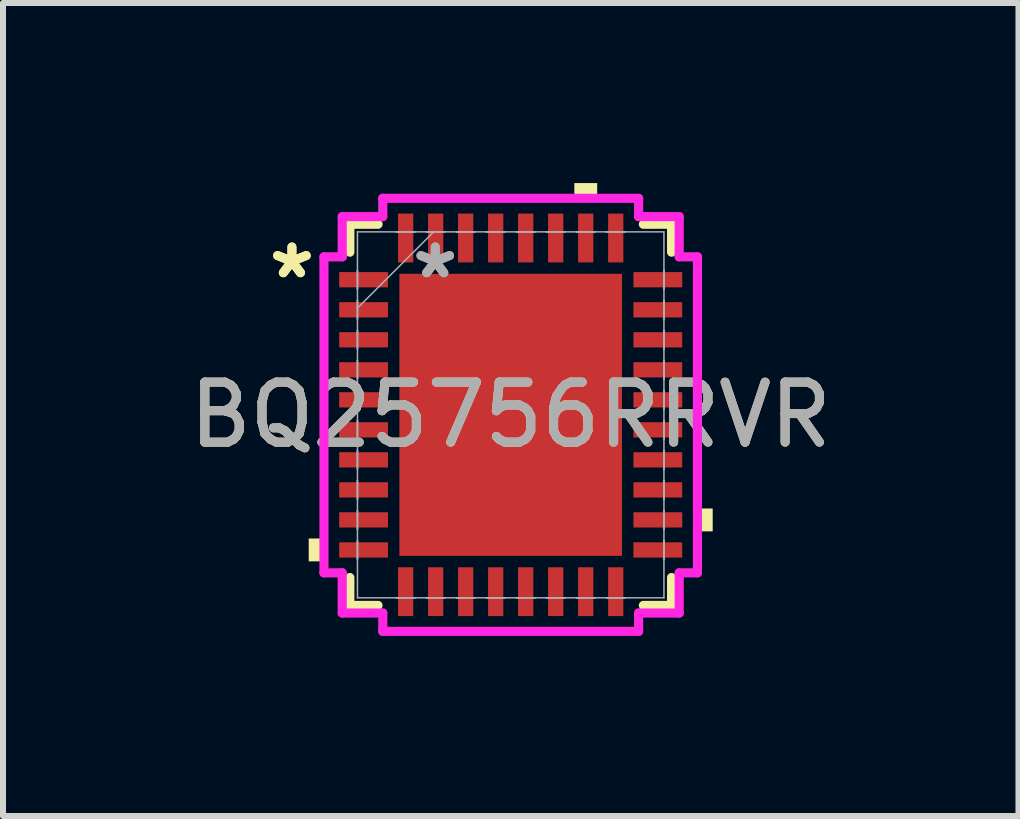
<source format=kicad_pcb>
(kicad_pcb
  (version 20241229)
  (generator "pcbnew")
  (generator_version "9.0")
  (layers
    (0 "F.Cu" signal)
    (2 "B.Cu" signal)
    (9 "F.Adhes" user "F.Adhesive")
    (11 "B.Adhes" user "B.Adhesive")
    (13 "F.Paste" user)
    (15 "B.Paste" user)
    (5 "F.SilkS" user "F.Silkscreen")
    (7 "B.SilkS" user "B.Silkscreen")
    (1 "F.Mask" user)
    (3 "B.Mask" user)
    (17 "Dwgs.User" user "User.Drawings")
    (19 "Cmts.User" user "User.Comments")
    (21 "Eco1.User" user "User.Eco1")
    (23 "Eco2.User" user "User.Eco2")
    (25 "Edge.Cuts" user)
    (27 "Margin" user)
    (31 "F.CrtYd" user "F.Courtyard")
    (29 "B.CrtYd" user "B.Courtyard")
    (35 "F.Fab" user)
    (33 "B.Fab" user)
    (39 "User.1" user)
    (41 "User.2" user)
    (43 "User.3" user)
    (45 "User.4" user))
  (footprint "BQ25756RRVR"
    (layer "F.Cu")
    (at 5.458 3.861)
    (property "Reference" "BQ25756RRVR" (at 0 0 0) (unlocked yes) (layer "F.SilkS") (effects (font (size 1 1) (thickness 0.15))))
    (attr smd)
    (fp_line (start -2.68 -3.175) (end -2.68 -2.71) (stroke (width 0.152) (type solid)) (layer "F.SilkS"))
    (fp_line (start -2.68 2.71) (end -2.68 3.175) (stroke (width 0.152) (type solid)) (layer "F.SilkS"))
    (fp_line (start -2.68 3.175) (end -2.21 3.175) (stroke (width 0.152) (type solid)) (layer "F.SilkS"))
    (fp_line (start -2.21 -3.175) (end -2.68 -3.175) (stroke (width 0.152) (type solid)) (layer "F.SilkS"))
    (fp_line (start 2.21 3.175) (end 2.68 3.175) (stroke (width 0.152) (type solid)) (layer "F.SilkS"))
    (fp_line (start 2.68 -3.175) (end 2.21 -3.175) (stroke (width 0.152) (type solid)) (layer "F.SilkS"))
    (fp_line (start 2.68 -2.71) (end 2.68 -3.175) (stroke (width 0.152) (type solid)) (layer "F.SilkS"))
    (fp_line (start 2.68 3.175) (end 2.68 2.71) (stroke (width 0.152) (type solid)) (layer "F.SilkS"))
    (fp_poly (pts (xy -3.365 2.06) (xy -3.365 2.441) (xy -3.111 2.441) (xy -3.111 2.06)) (stroke (width 0) (type solid)) (fill yes) (layer "F.SilkS"))
    (fp_poly (pts (xy 1.06 -3.607) (xy 1.06 -3.861) (xy 1.441 -3.861) (xy 1.441 -3.607)) (stroke (width 0) (type solid)) (fill yes) (layer "F.SilkS"))
    (fp_poly (pts (xy 3.365 1.56) (xy 3.365 1.941) (xy 3.111 1.941) (xy 3.111 1.56)) (stroke (width 0) (type solid)) (fill yes) (layer "F.SilkS"))
    (fp_line (start -3.111 -2.632) (end -2.807 -2.632) (stroke (width 0.152) (type solid)) (layer "F.CrtYd"))
    (fp_line (start -3.111 2.632) (end -3.111 -2.632) (stroke (width 0.152) (type solid)) (layer "F.CrtYd"))
    (fp_line (start -2.807 -3.302) (end -2.131 -3.302) (stroke (width 0.152) (type solid)) (layer "F.CrtYd"))
    (fp_line (start -2.807 -2.632) (end -2.807 -3.302) (stroke (width 0.152) (type solid)) (layer "F.CrtYd"))
    (fp_line (start -2.807 2.632) (end -3.111 2.632) (stroke (width 0.152) (type solid)) (layer "F.CrtYd"))
    (fp_line (start -2.807 3.302) (end -2.807 2.632) (stroke (width 0.152) (type solid)) (layer "F.CrtYd"))
    (fp_line (start -2.131 -3.607) (end 2.131 -3.607) (stroke (width 0.152) (type solid)) (layer "F.CrtYd"))
    (fp_line (start -2.131 -3.302) (end -2.131 -3.607) (stroke (width 0.152) (type solid)) (layer "F.CrtYd"))
    (fp_line (start -2.131 3.302) (end -2.807 3.302) (stroke (width 0.152) (type solid)) (layer "F.CrtYd"))
    (fp_line (start -2.131 3.607) (end -2.131 3.302) (stroke (width 0.152) (type solid)) (layer "F.CrtYd"))
    (fp_line (start 2.131 -3.607) (end 2.131 -3.302) (stroke (width 0.152) (type solid)) (layer "F.CrtYd"))
    (fp_line (start 2.131 -3.302) (end 2.807 -3.302) (stroke (width 0.152) (type solid)) (layer "F.CrtYd"))
    (fp_line (start 2.131 3.302) (end 2.131 3.607) (stroke (width 0.152) (type solid)) (layer "F.CrtYd"))
    (fp_line (start 2.131 3.607) (end -2.131 3.607) (stroke (width 0.152) (type solid)) (layer "F.CrtYd"))
    (fp_line (start 2.807 -3.302) (end 2.807 -2.632) (stroke (width 0.152) (type solid)) (layer "F.CrtYd"))
    (fp_line (start 2.807 -2.632) (end 3.111 -2.632) (stroke (width 0.152) (type solid)) (layer "F.CrtYd"))
    (fp_line (start 2.807 2.632) (end 2.807 3.302) (stroke (width 0.152) (type solid)) (layer "F.CrtYd"))
    (fp_line (start 2.807 3.302) (end 2.131 3.302) (stroke (width 0.152) (type solid)) (layer "F.CrtYd"))
    (fp_line (start 3.111 -2.632) (end 3.111 2.632) (stroke (width 0.152) (type solid)) (layer "F.CrtYd"))
    (fp_line (start 3.111 2.632) (end 2.807 2.632) (stroke (width 0.152) (type solid)) (layer "F.CrtYd"))
    (fp_line (start -2.553 -3.048) (end -2.553 3.048) (stroke (width 0.025) (type solid)) (layer "F.Fab"))
    (fp_line (start -2.553 -2.403) (end -2.553 -2.403) (stroke (width 0.025) (type solid)) (layer "F.Fab"))
    (fp_line (start -2.553 -2.403) (end -2.553 -2.098) (stroke (width 0.025) (type solid)) (layer "F.Fab"))
    (fp_line (start -2.553 -2.098) (end -2.553 -2.403) (stroke (width 0.025) (type solid)) (layer "F.Fab"))
    (fp_line (start -2.553 -2.098) (end -2.553 -2.098) (stroke (width 0.025) (type solid)) (layer "F.Fab"))
    (fp_line (start -2.553 -1.903) (end -2.553 -1.903) (stroke (width 0.025) (type solid)) (layer "F.Fab"))
    (fp_line (start -2.553 -1.903) (end -2.553 -1.598) (stroke (width 0.025) (type solid)) (layer "F.Fab"))
    (fp_line (start -2.553 -1.778) (end -1.283 -3.048) (stroke (width 0.025) (type solid)) (layer "F.Fab"))
    (fp_line (start -2.553 -1.598) (end -2.553 -1.903) (stroke (width 0.025) (type solid)) (layer "F.Fab"))
    (fp_line (start -2.553 -1.598) (end -2.553 -1.598) (stroke (width 0.025) (type solid)) (layer "F.Fab"))
    (fp_line (start -2.553 -1.403) (end -2.553 -1.403) (stroke (width 0.025) (type solid)) (layer "F.Fab"))
    (fp_line (start -2.553 -1.403) (end -2.553 -1.098) (stroke (width 0.025) (type solid)) (layer "F.Fab"))
    (fp_line (start -2.553 -1.098) (end -2.553 -1.403) (stroke (width 0.025) (type solid)) (layer "F.Fab"))
    (fp_line (start -2.553 -1.098) (end -2.553 -1.098) (stroke (width 0.025) (type solid)) (layer "F.Fab"))
    (fp_line (start -2.553 -0.903) (end -2.553 -0.903) (stroke (width 0.025) (type solid)) (layer "F.Fab"))
    (fp_line (start -2.553 -0.903) (end -2.553 -0.598) (stroke (width 0.025) (type solid)) (layer "F.Fab"))
    (fp_line (start -2.553 -0.598) (end -2.553 -0.903) (stroke (width 0.025) (type solid)) (layer "F.Fab"))
    (fp_line (start -2.553 -0.598) (end -2.553 -0.598) (stroke (width 0.025) (type solid)) (layer "F.Fab"))
    (fp_line (start -2.553 -0.402) (end -2.553 -0.402) (stroke (width 0.025) (type solid)) (layer "F.Fab"))
    (fp_line (start -2.553 -0.402) (end -2.553 -0.098) (stroke (width 0.025) (type solid)) (layer "F.Fab"))
    (fp_line (start -2.553 -0.098) (end -2.553 -0.402) (stroke (width 0.025) (type solid)) (layer "F.Fab"))
    (fp_line (start -2.553 -0.098) (end -2.553 -0.098) (stroke (width 0.025) (type solid)) (layer "F.Fab"))
    (fp_line (start -2.553 0.098) (end -2.553 0.098) (stroke (width 0.025) (type solid)) (layer "F.Fab"))
    (fp_line (start -2.553 0.098) (end -2.553 0.402) (stroke (width 0.025) (type solid)) (layer "F.Fab"))
    (fp_line (start -2.553 0.402) (end -2.553 0.098) (stroke (width 0.025) (type solid)) (layer "F.Fab"))
    (fp_line (start -2.553 0.402) (end -2.553 0.402) (stroke (width 0.025) (type solid)) (layer "F.Fab"))
    (fp_line (start -2.553 0.598) (end -2.553 0.598) (stroke (width 0.025) (type solid)) (layer "F.Fab"))
    (fp_line (start -2.553 0.598) (end -2.553 0.903) (stroke (width 0.025) (type solid)) (layer "F.Fab"))
    (fp_line (start -2.553 0.903) (end -2.553 0.598) (stroke (width 0.025) (type solid)) (layer "F.Fab"))
    (fp_line (start -2.553 0.903) (end -2.553 0.903) (stroke (width 0.025) (type solid)) (layer "F.Fab"))
    (fp_line (start -2.553 1.098) (end -2.553 1.098) (stroke (width 0.025) (type solid)) (layer "F.Fab"))
    (fp_line (start -2.553 1.098) (end -2.553 1.403) (stroke (width 0.025) (type solid)) (layer "F.Fab"))
    (fp_line (start -2.553 1.403) (end -2.553 1.098) (stroke (width 0.025) (type solid)) (layer "F.Fab"))
    (fp_line (start -2.553 1.403) (end -2.553 1.403) (stroke (width 0.025) (type solid)) (layer "F.Fab"))
    (fp_line (start -2.553 1.598) (end -2.553 1.598) (stroke (width 0.025) (type solid)) (layer "F.Fab"))
    (fp_line (start -2.553 1.598) (end -2.553 1.903) (stroke (width 0.025) (type solid)) (layer "F.Fab"))
    (fp_line (start -2.553 1.903) (end -2.553 1.598) (stroke (width 0.025) (type solid)) (layer "F.Fab"))
    (fp_line (start -2.553 1.903) (end -2.553 1.903) (stroke (width 0.025) (type solid)) (layer "F.Fab"))
    (fp_line (start -2.553 2.098) (end -2.553 2.098) (stroke (width 0.025) (type solid)) (layer "F.Fab"))
    (fp_line (start -2.553 2.098) (end -2.553 2.403) (stroke (width 0.025) (type solid)) (layer "F.Fab"))
    (fp_line (start -2.553 2.403) (end -2.553 2.098) (stroke (width 0.025) (type solid)) (layer "F.Fab"))
    (fp_line (start -2.553 2.403) (end -2.553 2.403) (stroke (width 0.025) (type solid)) (layer "F.Fab"))
    (fp_line (start -2.553 3.048) (end 2.553 3.048) (stroke (width 0.025) (type solid)) (layer "F.Fab"))
    (fp_line (start -1.903 -3.048) (end -1.903 -3.048) (stroke (width 0.025) (type solid)) (layer "F.Fab"))
    (fp_line (start -1.903 -3.048) (end -1.598 -3.048) (stroke (width 0.025) (type solid)) (layer "F.Fab"))
    (fp_line (start -1.903 3.048) (end -1.903 3.048) (stroke (width 0.025) (type solid)) (layer "F.Fab"))
    (fp_line (start -1.903 3.048) (end -1.598 3.048) (stroke (width 0.025) (type solid)) (layer "F.Fab"))
    (fp_line (start -1.598 -3.048) (end -1.903 -3.048) (stroke (width 0.025) (type solid)) (layer "F.Fab"))
    (fp_line (start -1.598 -3.048) (end -1.598 -3.048) (stroke (width 0.025) (type solid)) (layer "F.Fab"))
    (fp_line (start -1.598 3.048) (end -1.903 3.048) (stroke (width 0.025) (type solid)) (layer "F.Fab"))
    (fp_line (start -1.598 3.048) (end -1.598 3.048) (stroke (width 0.025) (type solid)) (layer "F.Fab"))
    (fp_line (start -1.403 -3.048) (end -1.403 -3.048) (stroke (width 0.025) (type solid)) (layer "F.Fab"))
    (fp_line (start -1.403 -3.048) (end -1.098 -3.048) (stroke (width 0.025) (type solid)) (layer "F.Fab"))
    (fp_line (start -1.403 3.048) (end -1.403 3.048) (stroke (width 0.025) (type solid)) (layer "F.Fab"))
    (fp_line (start -1.403 3.048) (end -1.098 3.048) (stroke (width 0.025) (type solid)) (layer "F.Fab"))
    (fp_line (start -1.098 -3.048) (end -1.403 -3.048) (stroke (width 0.025) (type solid)) (layer "F.Fab"))
    (fp_line (start -1.098 -3.048) (end -1.098 -3.048) (stroke (width 0.025) (type solid)) (layer "F.Fab"))
    (fp_line (start -1.098 3.048) (end -1.403 3.048) (stroke (width 0.025) (type solid)) (layer "F.Fab"))
    (fp_line (start -1.098 3.048) (end -1.098 3.048) (stroke (width 0.025) (type solid)) (layer "F.Fab"))
    (fp_line (start -0.903 -3.048) (end -0.903 -3.048) (stroke (width 0.025) (type solid)) (layer "F.Fab"))
    (fp_line (start -0.903 -3.048) (end -0.598 -3.048) (stroke (width 0.025) (type solid)) (layer "F.Fab"))
    (fp_line (start -0.903 3.048) (end -0.903 3.048) (stroke (width 0.025) (type solid)) (layer "F.Fab"))
    (fp_line (start -0.903 3.048) (end -0.598 3.048) (stroke (width 0.025) (type solid)) (layer "F.Fab"))
    (fp_line (start -0.598 -3.048) (end -0.903 -3.048) (stroke (width 0.025) (type solid)) (layer "F.Fab"))
    (fp_line (start -0.598 -3.048) (end -0.598 -3.048) (stroke (width 0.025) (type solid)) (layer "F.Fab"))
    (fp_line (start -0.598 3.048) (end -0.903 3.048) (stroke (width 0.025) (type solid)) (layer "F.Fab"))
    (fp_line (start -0.598 3.048) (end -0.598 3.048) (stroke (width 0.025) (type solid)) (layer "F.Fab"))
    (fp_line (start -0.402 -3.048) (end -0.402 -3.048) (stroke (width 0.025) (type solid)) (layer "F.Fab"))
    (fp_line (start -0.402 -3.048) (end -0.098 -3.048) (stroke (width 0.025) (type solid)) (layer "F.Fab"))
    (fp_line (start -0.402 3.048) (end -0.402 3.048) (stroke (width 0.025) (type solid)) (layer "F.Fab"))
    (fp_line (start -0.402 3.048) (end -0.098 3.048) (stroke (width 0.025) (type solid)) (layer "F.Fab"))
    (fp_line (start -0.098 -3.048) (end -0.402 -3.048) (stroke (width 0.025) (type solid)) (layer "F.Fab"))
    (fp_line (start -0.098 -3.048) (end -0.098 -3.048) (stroke (width 0.025) (type solid)) (layer "F.Fab"))
    (fp_line (start -0.098 3.048) (end -0.402 3.048) (stroke (width 0.025) (type solid)) (layer "F.Fab"))
    (fp_line (start -0.098 3.048) (end -0.098 3.048) (stroke (width 0.025) (type solid)) (layer "F.Fab"))
    (fp_line (start 0.098 -3.048) (end 0.098 -3.048) (stroke (width 0.025) (type solid)) (layer "F.Fab"))
    (fp_line (start 0.098 -3.048) (end 0.402 -3.048) (stroke (width 0.025) (type solid)) (layer "F.Fab"))
    (fp_line (start 0.098 3.048) (end 0.098 3.048) (stroke (width 0.025) (type solid)) (layer "F.Fab"))
    (fp_line (start 0.098 3.048) (end 0.402 3.048) (stroke (width 0.025) (type solid)) (layer "F.Fab"))
    (fp_line (start 0.402 -3.048) (end 0.098 -3.048) (stroke (width 0.025) (type solid)) (layer "F.Fab"))
    (fp_line (start 0.402 -3.048) (end 0.402 -3.048) (stroke (width 0.025) (type solid)) (layer "F.Fab"))
    (fp_line (start 0.402 3.048) (end 0.098 3.048) (stroke (width 0.025) (type solid)) (layer "F.Fab"))
    (fp_line (start 0.402 3.048) (end 0.402 3.048) (stroke (width 0.025) (type solid)) (layer "F.Fab"))
    (fp_line (start 0.598 -3.048) (end 0.598 -3.048) (stroke (width 0.025) (type solid)) (layer "F.Fab"))
    (fp_line (start 0.598 -3.048) (end 0.903 -3.048) (stroke (width 0.025) (type solid)) (layer "F.Fab"))
    (fp_line (start 0.598 3.048) (end 0.598 3.048) (stroke (width 0.025) (type solid)) (layer "F.Fab"))
    (fp_line (start 0.598 3.048) (end 0.903 3.048) (stroke (width 0.025) (type solid)) (layer "F.Fab"))
    (fp_line (start 0.903 -3.048) (end 0.598 -3.048) (stroke (width 0.025) (type solid)) (layer "F.Fab"))
    (fp_line (start 0.903 -3.048) (end 0.903 -3.048) (stroke (width 0.025) (type solid)) (layer "F.Fab"))
    (fp_line (start 0.903 3.048) (end 0.598 3.048) (stroke (width 0.025) (type solid)) (layer "F.Fab"))
    (fp_line (start 0.903 3.048) (end 0.903 3.048) (stroke (width 0.025) (type solid)) (layer "F.Fab"))
    (fp_line (start 1.098 -3.048) (end 1.098 -3.048) (stroke (width 0.025) (type solid)) (layer "F.Fab"))
    (fp_line (start 1.098 -3.048) (end 1.403 -3.048) (stroke (width 0.025) (type solid)) (layer "F.Fab"))
    (fp_line (start 1.098 3.048) (end 1.098 3.048) (stroke (width 0.025) (type solid)) (layer "F.Fab"))
    (fp_line (start 1.098 3.048) (end 1.403 3.048) (stroke (width 0.025) (type solid)) (layer "F.Fab"))
    (fp_line (start 1.403 -3.048) (end 1.098 -3.048) (stroke (width 0.025) (type solid)) (layer "F.Fab"))
    (fp_line (start 1.403 -3.048) (end 1.403 -3.048) (stroke (width 0.025) (type solid)) (layer "F.Fab"))
    (fp_line (start 1.403 3.048) (end 1.098 3.048) (stroke (width 0.025) (type solid)) (layer "F.Fab"))
    (fp_line (start 1.403 3.048) (end 1.403 3.048) (stroke (width 0.025) (type solid)) (layer "F.Fab"))
    (fp_line (start 1.598 -3.048) (end 1.598 -3.048) (stroke (width 0.025) (type solid)) (layer "F.Fab"))
    (fp_line (start 1.598 -3.048) (end 1.903 -3.048) (stroke (width 0.025) (type solid)) (layer "F.Fab"))
    (fp_line (start 1.598 3.048) (end 1.598 3.048) (stroke (width 0.025) (type solid)) (layer "F.Fab"))
    (fp_line (start 1.598 3.048) (end 1.903 3.048) (stroke (width 0.025) (type solid)) (layer "F.Fab"))
    (fp_line (start 1.903 -3.048) (end 1.598 -3.048) (stroke (width 0.025) (type solid)) (layer "F.Fab"))
    (fp_line (start 1.903 -3.048) (end 1.903 -3.048) (stroke (width 0.025) (type solid)) (layer "F.Fab"))
    (fp_line (start 1.903 3.048) (end 1.598 3.048) (stroke (width 0.025) (type solid)) (layer "F.Fab"))
    (fp_line (start 1.903 3.048) (end 1.903 3.048) (stroke (width 0.025) (type solid)) (layer "F.Fab"))
    (fp_line (start 2.553 -3.048) (end -2.553 -3.048) (stroke (width 0.025) (type solid)) (layer "F.Fab"))
    (fp_line (start 2.553 -2.403) (end 2.553 -2.403) (stroke (width 0.025) (type solid)) (layer "F.Fab"))
    (fp_line (start 2.553 -2.403) (end 2.553 -2.098) (stroke (width 0.025) (type solid)) (layer "F.Fab"))
    (fp_line (start 2.553 -2.098) (end 2.553 -2.403) (stroke (width 0.025) (type solid)) (layer "F.Fab"))
    (fp_line (start 2.553 -2.098) (end 2.553 -2.098) (stroke (width 0.025) (type solid)) (layer "F.Fab"))
    (fp_line (start 2.553 -1.903) (end 2.553 -1.903) (stroke (width 0.025) (type solid)) (layer "F.Fab"))
    (fp_line (start 2.553 -1.903) (end 2.553 -1.598) (stroke (width 0.025) (type solid)) (layer "F.Fab"))
    (fp_line (start 2.553 -1.598) (end 2.553 -1.903) (stroke (width 0.025) (type solid)) (layer "F.Fab"))
    (fp_line (start 2.553 -1.598) (end 2.553 -1.598) (stroke (width 0.025) (type solid)) (layer "F.Fab"))
    (fp_line (start 2.553 -1.403) (end 2.553 -1.403) (stroke (width 0.025) (type solid)) (layer "F.Fab"))
    (fp_line (start 2.553 -1.403) (end 2.553 -1.098) (stroke (width 0.025) (type solid)) (layer "F.Fab"))
    (fp_line (start 2.553 -1.098) (end 2.553 -1.403) (stroke (width 0.025) (type solid)) (layer "F.Fab"))
    (fp_line (start 2.553 -1.098) (end 2.553 -1.098) (stroke (width 0.025) (type solid)) (layer "F.Fab"))
    (fp_line (start 2.553 -0.903) (end 2.553 -0.903) (stroke (width 0.025) (type solid)) (layer "F.Fab"))
    (fp_line (start 2.553 -0.903) (end 2.553 -0.598) (stroke (width 0.025) (type solid)) (layer "F.Fab"))
    (fp_line (start 2.553 -0.598) (end 2.553 -0.903) (stroke (width 0.025) (type solid)) (layer "F.Fab"))
    (fp_line (start 2.553 -0.598) (end 2.553 -0.598) (stroke (width 0.025) (type solid)) (layer "F.Fab"))
    (fp_line (start 2.553 -0.402) (end 2.553 -0.402) (stroke (width 0.025) (type solid)) (layer "F.Fab"))
    (fp_line (start 2.553 -0.402) (end 2.553 -0.098) (stroke (width 0.025) (type solid)) (layer "F.Fab"))
    (fp_line (start 2.553 -0.098) (end 2.553 -0.402) (stroke (width 0.025) (type solid)) (layer "F.Fab"))
    (fp_line (start 2.553 -0.098) (end 2.553 -0.098) (stroke (width 0.025) (type solid)) (layer "F.Fab"))
    (fp_line (start 2.553 0.098) (end 2.553 0.098) (stroke (width 0.025) (type solid)) (layer "F.Fab"))
    (fp_line (start 2.553 0.098) (end 2.553 0.402) (stroke (width 0.025) (type solid)) (layer "F.Fab"))
    (fp_line (start 2.553 0.402) (end 2.553 0.098) (stroke (width 0.025) (type solid)) (layer "F.Fab"))
    (fp_line (start 2.553 0.402) (end 2.553 0.402) (stroke (width 0.025) (type solid)) (layer "F.Fab"))
    (fp_line (start 2.553 0.598) (end 2.553 0.598) (stroke (width 0.025) (type solid)) (layer "F.Fab"))
    (fp_line (start 2.553 0.598) (end 2.553 0.903) (stroke (width 0.025) (type solid)) (layer "F.Fab"))
    (fp_line (start 2.553 0.903) (end 2.553 0.598) (stroke (width 0.025) (type solid)) (layer "F.Fab"))
    (fp_line (start 2.553 0.903) (end 2.553 0.903) (stroke (width 0.025) (type solid)) (layer "F.Fab"))
    (fp_line (start 2.553 1.098) (end 2.553 1.098) (stroke (width 0.025) (type solid)) (layer "F.Fab"))
    (fp_line (start 2.553 1.098) (end 2.553 1.403) (stroke (width 0.025) (type solid)) (layer "F.Fab"))
    (fp_line (start 2.553 1.403) (end 2.553 1.098) (stroke (width 0.025) (type solid)) (layer "F.Fab"))
    (fp_line (start 2.553 1.403) (end 2.553 1.403) (stroke (width 0.025) (type solid)) (layer "F.Fab"))
    (fp_line (start 2.553 1.598) (end 2.553 1.598) (stroke (width 0.025) (type solid)) (layer "F.Fab"))
    (fp_line (start 2.553 1.598) (end 2.553 1.903) (stroke (width 0.025) (type solid)) (layer "F.Fab"))
    (fp_line (start 2.553 1.903) (end 2.553 1.598) (stroke (width 0.025) (type solid)) (layer "F.Fab"))
    (fp_line (start 2.553 1.903) (end 2.553 1.903) (stroke (width 0.025) (type solid)) (layer "F.Fab"))
    (fp_line (start 2.553 2.098) (end 2.553 2.098) (stroke (width 0.025) (type solid)) (layer "F.Fab"))
    (fp_line (start 2.553 2.098) (end 2.553 2.403) (stroke (width 0.025) (type solid)) (layer "F.Fab"))
    (fp_line (start 2.553 2.403) (end 2.553 2.098) (stroke (width 0.025) (type solid)) (layer "F.Fab"))
    (fp_line (start 2.553 2.403) (end 2.553 2.403) (stroke (width 0.025) (type solid)) (layer "F.Fab"))
    (fp_line (start 2.553 3.048) (end 2.553 -3.048) (stroke (width 0.025) (type solid)) (layer "F.Fab"))
    (fp_text user "*" (at -3.645 -2.251 0) (layer "F.SilkS") (effects (font (size 1 1) (thickness 0.15))))
    (fp_text user "*" (at -3.645 -2.251 0) (unlocked yes) (layer "F.SilkS") (effects (font (size 1 1) (thickness 0.15))))
    (fp_text user "*" (at -1.257 -2.251 0) (unlocked yes) (layer "F.Fab") (effects (font (size 1 1) (thickness 0.15))))
    (fp_text user "*" (at -1.257 -2.251 0) (layer "F.Fab") (effects (font (size 1 1) (thickness 0.15))))
    (fp_text user "${REFERENCE}" (at 0 0 0) (unlocked yes) (layer "F.Fab") (effects (font (size 1 1) (thickness 0.15))))
    (pad "1" smd rect (at -2.451 -2.251 90) (size 0.254 0.813) (layers "F.Cu" "F.Mask" "F.Paste"))
    (pad "2" smd rect (at -2.451 -1.75 90) (size 0.254 0.813) (layers "F.Cu" "F.Mask" "F.Paste"))
    (pad "3" smd rect (at -2.451 -1.25 90) (size 0.254 0.813) (layers "F.Cu" "F.Mask" "F.Paste"))
    (pad "4" smd rect (at -2.451 -0.75 90) (size 0.254 0.813) (layers "F.Cu" "F.Mask" "F.Paste"))
    (pad "5" smd rect (at -2.451 -0.25 90) (size 0.254 0.813) (layers "F.Cu" "F.Mask" "F.Paste"))
    (pad "6" smd rect (at -2.451 0.25 90) (size 0.254 0.813) (layers "F.Cu" "F.Mask" "F.Paste"))
    (pad "7" smd rect (at -2.451 0.75 90) (size 0.254 0.813) (layers "F.Cu" "F.Mask" "F.Paste"))
    (pad "8" smd rect (at -2.451 1.25 90) (size 0.254 0.813) (layers "F.Cu" "F.Mask" "F.Paste"))
    (pad "9" smd rect (at -2.451 1.75 90) (size 0.254 0.813) (layers "F.Cu" "F.Mask" "F.Paste"))
    (pad "10" smd rect (at -2.451 2.251 90) (size 0.254 0.813) (layers "F.Cu" "F.Mask" "F.Paste"))
    (pad "11" smd rect (at -1.75 2.946) (size 0.254 0.813) (layers "F.Cu" "F.Mask" "F.Paste"))
    (pad "12" smd rect (at -1.25 2.946) (size 0.254 0.813) (layers "F.Cu" "F.Mask" "F.Paste"))
    (pad "13" smd rect (at -0.75 2.946) (size 0.254 0.813) (layers "F.Cu" "F.Mask" "F.Paste"))
    (pad "14" smd rect (at -0.25 2.946) (size 0.254 0.813) (layers "F.Cu" "F.Mask" "F.Paste"))
    (pad "15" smd rect (at 0.25 2.946) (size 0.254 0.813) (layers "F.Cu" "F.Mask" "F.Paste"))
    (pad "16" smd rect (at 0.75 2.946) (size 0.254 0.813) (layers "F.Cu" "F.Mask" "F.Paste"))
    (pad "17" smd rect (at 1.25 2.946) (size 0.254 0.813) (layers "F.Cu" "F.Mask" "F.Paste"))
    (pad "18" smd rect (at 1.75 2.946) (size 0.254 0.813) (layers "F.Cu" "F.Mask" "F.Paste"))
    (pad "19" smd rect (at 2.451 2.251 90) (size 0.254 0.813) (layers "F.Cu" "F.Mask" "F.Paste"))
    (pad "20" smd rect (at 2.451 1.75 90) (size 0.254 0.813) (layers "F.Cu" "F.Mask" "F.Paste"))
    (pad "21" smd rect (at 2.451 1.25 90) (size 0.254 0.813) (layers "F.Cu" "F.Mask" "F.Paste"))
    (pad "22" smd rect (at 2.451 0.75 90) (size 0.254 0.813) (layers "F.Cu" "F.Mask" "F.Paste"))
    (pad "23" smd rect (at 2.451 0.25 90) (size 0.254 0.813) (layers "F.Cu" "F.Mask" "F.Paste"))
    (pad "24" smd rect (at 2.451 -0.25 90) (size 0.254 0.813) (layers "F.Cu" "F.Mask" "F.Paste"))
    (pad "25" smd rect (at 2.451 -0.75 90) (size 0.254 0.813) (layers "F.Cu" "F.Mask" "F.Paste"))
    (pad "26" smd rect (at 2.451 -1.25 90) (size 0.254 0.813) (layers "F.Cu" "F.Mask" "F.Paste"))
    (pad "27" smd rect (at 2.451 -1.75 90) (size 0.254 0.813) (layers "F.Cu" "F.Mask" "F.Paste"))
    (pad "28" smd rect (at 2.451 -2.251 90) (size 0.254 0.813) (layers "F.Cu" "F.Mask" "F.Paste"))
    (pad "29" smd rect (at 1.75 -2.946) (size 0.254 0.813) (layers "F.Cu" "F.Mask" "F.Paste"))
    (pad "30" smd rect (at 1.25 -2.946) (size 0.254 0.813) (layers "F.Cu" "F.Mask" "F.Paste"))
    (pad "31" smd rect (at 0.75 -2.946) (size 0.254 0.813) (layers "F.Cu" "F.Mask" "F.Paste"))
    (pad "32" smd rect (at 0.25 -2.946) (size 0.254 0.813) (layers "F.Cu" "F.Mask" "F.Paste"))
    (pad "33" smd rect (at -0.25 -2.946) (size 0.254 0.813) (layers "F.Cu" "F.Mask" "F.Paste"))
    (pad "34" smd rect (at -0.75 -2.946) (size 0.254 0.813) (layers "F.Cu" "F.Mask" "F.Paste"))
    (pad "35" smd rect (at -1.25 -2.946) (size 0.254 0.813) (layers "F.Cu" "F.Mask" "F.Paste"))
    (pad "36" smd rect (at -1.75 -2.946) (size 0.254 0.813) (layers "F.Cu" "F.Mask" "F.Paste"))
    (pad "37" smd rect (at 0 0) (size 3.708 4.699) (layers "F.Cu" "F.Mask" "F.Paste")))
  (gr_rect
    (start -3 -3)
    (end 13.917 10.544)
    (stroke (width 0.1) (type default))
    (fill no)
    (layer "Edge.Cuts")))
</source>
